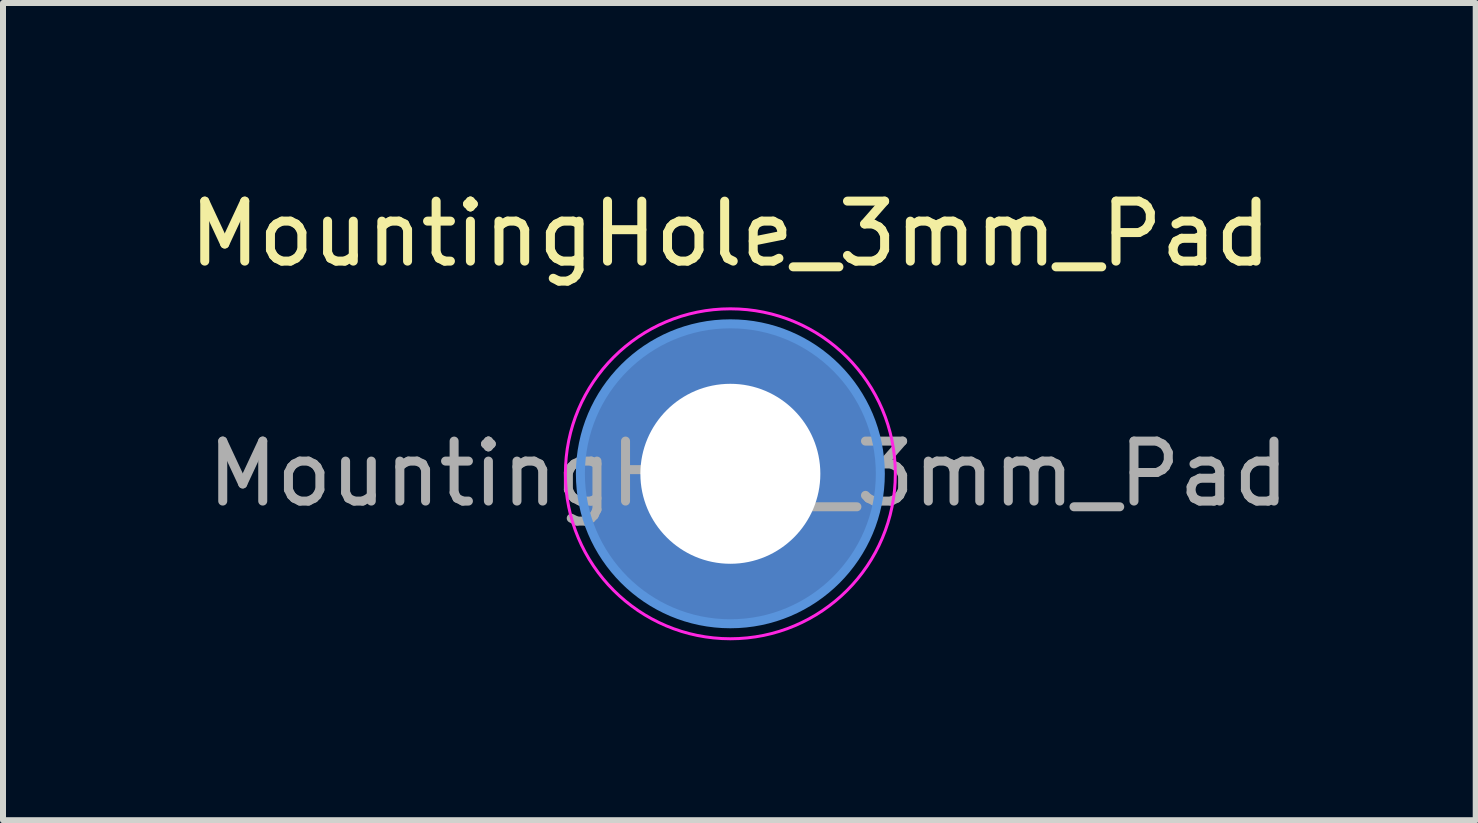
<source format=kicad_pcb>
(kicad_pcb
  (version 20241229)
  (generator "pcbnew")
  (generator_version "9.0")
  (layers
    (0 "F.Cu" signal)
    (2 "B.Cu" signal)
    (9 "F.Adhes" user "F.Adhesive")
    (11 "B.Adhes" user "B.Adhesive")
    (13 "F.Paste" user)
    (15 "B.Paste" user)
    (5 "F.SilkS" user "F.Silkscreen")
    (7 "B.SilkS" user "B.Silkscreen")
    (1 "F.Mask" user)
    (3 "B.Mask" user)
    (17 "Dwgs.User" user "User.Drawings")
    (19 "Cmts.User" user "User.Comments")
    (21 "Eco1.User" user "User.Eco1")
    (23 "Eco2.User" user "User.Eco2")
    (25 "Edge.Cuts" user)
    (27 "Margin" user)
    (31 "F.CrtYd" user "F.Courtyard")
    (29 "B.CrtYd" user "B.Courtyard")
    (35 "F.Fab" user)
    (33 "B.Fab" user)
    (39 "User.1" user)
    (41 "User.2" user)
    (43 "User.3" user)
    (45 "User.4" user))
  (footprint "MountingHole_3mm_Pad"
    (layer "F.Cu")
    (at 9.125 4.848)
    (property "Reference" "MountingHole_3mm_Pad" (at 0 -4 0) (layer "F.SilkS") (effects (font (size 1 1) (thickness 0.15))))
    (attr exclude_from_pos_files exclude_from_bom)
    (fp_circle (center 0 0) (end 2.5 0) (stroke (width 0.15) (type solid)) (fill no) (layer "Cmts.User"))
    (fp_circle (center 0 0) (end 2.75 0) (stroke (width 0.05) (type solid)) (fill no) (layer "F.CrtYd"))
    (fp_text user "${REFERENCE}" (at 0.3 0 0) (layer "F.Fab") (effects (font (size 1 1) (thickness 0.15))))
    (pad "1" thru_hole circle (at 0 0) (size 5 5) (drill 3) (layers "*.Cu" "*.Mask")))
  (gr_rect
    (start -3 -3)
    (end 21.55 10.623)
    (stroke (width 0.1) (type default))
    (fill no)
    (layer "Edge.Cuts")))
</source>
